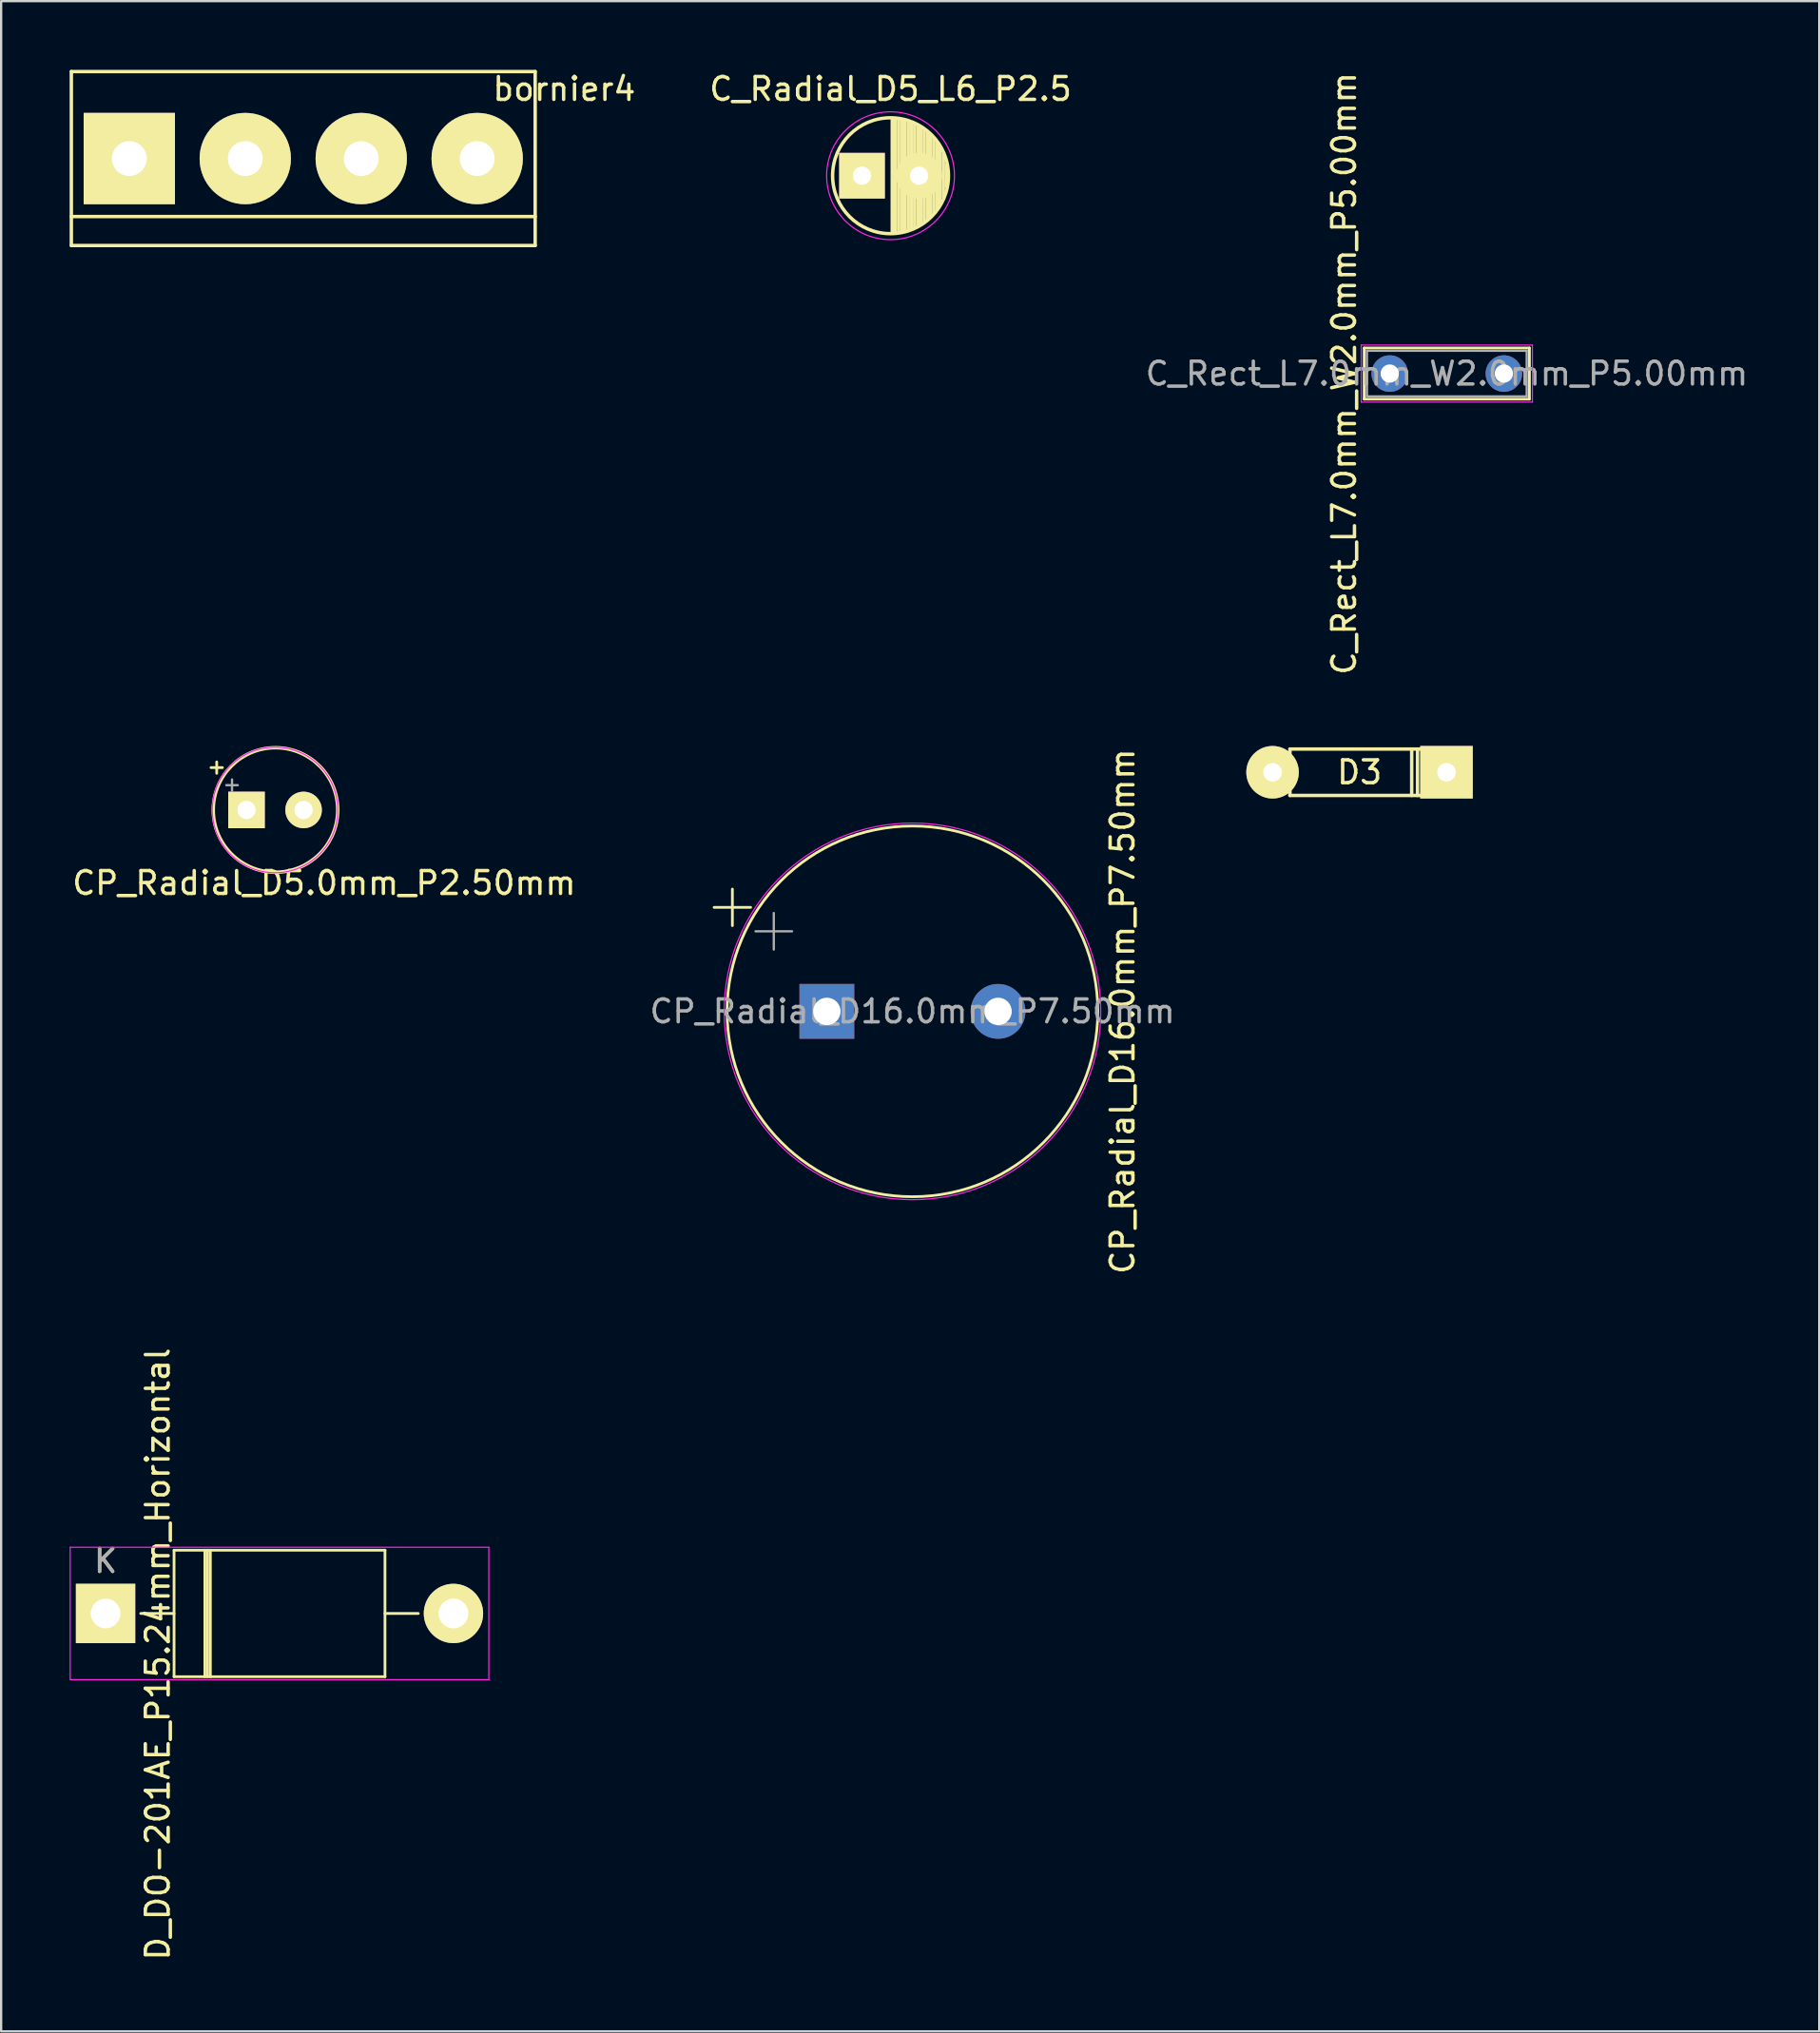
<source format=kicad_pcb>
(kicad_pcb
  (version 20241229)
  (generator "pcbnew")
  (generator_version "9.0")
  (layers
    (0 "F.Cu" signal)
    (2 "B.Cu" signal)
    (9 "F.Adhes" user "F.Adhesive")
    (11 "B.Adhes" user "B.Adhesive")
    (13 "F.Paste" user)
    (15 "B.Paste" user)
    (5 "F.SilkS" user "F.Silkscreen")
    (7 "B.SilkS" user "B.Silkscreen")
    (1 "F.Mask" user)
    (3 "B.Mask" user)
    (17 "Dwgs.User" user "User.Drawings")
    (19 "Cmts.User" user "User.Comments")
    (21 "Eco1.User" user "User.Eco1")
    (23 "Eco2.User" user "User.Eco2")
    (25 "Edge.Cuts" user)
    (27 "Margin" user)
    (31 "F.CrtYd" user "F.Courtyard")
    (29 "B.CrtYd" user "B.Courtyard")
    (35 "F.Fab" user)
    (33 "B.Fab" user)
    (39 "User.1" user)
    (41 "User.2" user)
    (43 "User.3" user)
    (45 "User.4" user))
  (footprint "CP_Radial_D5.0mm_P2.50mm"
    (layer "F.Cu")
    (at 7.749 32.433)
    (property "Reference" "CP_Radial_D5.0mm_P2.50mm" (at 3.4 3.2 0) (layer "F.SilkS") (effects (font (size 1 1) (thickness 0.15))))
    (attr through_hole)
    (fp_line (start -1.555 -1.856) (end -1.055 -1.856) (stroke (width 0.12) (type solid)) (layer "F.SilkS"))
    (fp_line (start -1.305 -2.106) (end -1.305 -1.606) (stroke (width 0.12) (type solid)) (layer "F.SilkS"))
    (fp_circle (center 1.27 0) (end 2.54 -2.413) (stroke (width 0.15) (type solid)) (fill no) (layer "F.SilkS"))
    (fp_circle (center 1.25 0) (end 4 0) (stroke (width 0.05) (type solid)) (fill no) (layer "F.CrtYd"))
    (fp_line (start -0.884 -1.087) (end -0.384 -1.087) (stroke (width 0.1) (type solid)) (layer "F.Fab"))
    (fp_line (start -0.634 -1.337) (end -0.634 -0.838) (stroke (width 0.1) (type solid)) (layer "F.Fab"))
    (pad "1" thru_hole rect (at 0 0) (size 1.6 1.6) (drill 0.8) (layers "*.Cu" "*.Mask" "F.SilkS"))
    (pad "2" thru_hole circle (at 2.5 0) (size 1.6 1.6) (drill 0.8) (layers "*.Cu" "*.Mask" "F.SilkS")))
  (footprint "D3"
    (layer "F.Cu")
    (at 56.508 30.781)
    (property "Reference" "D3" (at 0 0 0) (layer "F.SilkS") (effects (font (size 1 1) (thickness 0.15))))
    (attr through_hole)
    (fp_line (start -3.048 -1.016) (end -3.048 0) (stroke (width 0.15) (type solid)) (layer "F.SilkS"))
    (fp_line (start -3.048 0) (end -3.81 0) (stroke (width 0.15) (type solid)) (layer "F.SilkS"))
    (fp_line (start -3.048 0) (end -3.048 1.016) (stroke (width 0.15) (type solid)) (layer "F.SilkS"))
    (fp_line (start -3.048 1.016) (end 3.048 1.016) (stroke (width 0.15) (type solid)) (layer "F.SilkS"))
    (fp_line (start 2.286 1.016) (end 2.286 -1.016) (stroke (width 0.15) (type solid)) (layer "F.SilkS"))
    (fp_line (start 2.54 -1.016) (end 2.54 1.016) (stroke (width 0.15) (type solid)) (layer "F.SilkS"))
    (fp_line (start 3.048 -1.016) (end -3.048 -1.016) (stroke (width 0.15) (type solid)) (layer "F.SilkS"))
    (fp_line (start 3.048 0) (end 3.048 -1.016) (stroke (width 0.15) (type solid)) (layer "F.SilkS"))
    (fp_line (start 3.048 1.016) (end 3.048 0) (stroke (width 0.15) (type solid)) (layer "F.SilkS"))
    (fp_line (start 3.81 0) (end 3.048 0) (stroke (width 0.15) (type solid)) (layer "F.SilkS"))
    (pad "1" thru_hole rect (at 3.81 0) (size 2.3 2.3) (drill 0.813) (layers "*.Cu" "*.Mask" "F.SilkS"))
    (pad "2" thru_hole circle (at -3.81 0) (size 2.3 2.3) (drill 0.813) (layers "*.Cu" "*.Mask" "F.SilkS")))
  (footprint "CP_Radial_D16.0mm_P7.50mm"
    (layer "F.Cu")
    (at 33.173 41.256)
    (property "Reference" "CP_Radial_D16.0mm_P7.50mm" (at 12.954 0 90) (layer "F.SilkS") (effects (font (size 1 1) (thickness 0.15))))
    (attr through_hole)
    (fp_line (start -4.939 -4.555) (end -3.339 -4.555) (stroke (width 0.12) (type solid)) (layer "F.SilkS"))
    (fp_line (start -4.139 -5.355) (end -4.139 -3.755) (stroke (width 0.12) (type solid)) (layer "F.SilkS"))
    (fp_circle (center 3.75 0) (end 11.87 0) (stroke (width 0.12) (type solid)) (fill no) (layer "F.SilkS"))
    (fp_circle (center 3.75 0) (end 12 0) (stroke (width 0.05) (type solid)) (fill no) (layer "F.CrtYd"))
    (fp_line (start -3.125 -3.507) (end -1.525 -3.507) (stroke (width 0.1) (type solid)) (layer "F.Fab"))
    (fp_line (start -2.325 -4.308) (end -2.325 -2.708) (stroke (width 0.1) (type solid)) (layer "F.Fab"))
    (fp_text user "${REFERENCE}" (at 3.75 0 0) (layer "F.Fab") (effects (font (size 1 1) (thickness 0.15))))
    (pad "1" thru_hole rect (at 0 0) (size 2.4 2.4) (drill 1.2) (layers "*.Cu" "*.Mask"))
    (pad "2" thru_hole circle (at 7.5 0) (size 2.4 2.4) (drill 1.2) (layers "*.Cu" "*.Mask")))
  (footprint "D_DO-201AE_P15.24mm_Horizontal"
    (layer "F.Cu")
    (at 1.575 67.633)
    (property "Reference" "D_DO-201AE_P15.24mm_Horizontal" (at 2.286 1.778 90) (layer "F.SilkS") (effects (font (size 1 1) (thickness 0.15))))
    (attr through_hole)
    (fp_line (start 1.54 0) (end 3 0) (stroke (width 0.12) (type solid)) (layer "F.SilkS"))
    (fp_line (start 3 -2.77) (end 3 2.77) (stroke (width 0.12) (type solid)) (layer "F.SilkS"))
    (fp_line (start 3 2.77) (end 12.24 2.77) (stroke (width 0.12) (type solid)) (layer "F.SilkS"))
    (fp_line (start 4.35 -2.77) (end 4.35 2.77) (stroke (width 0.12) (type solid)) (layer "F.SilkS"))
    (fp_line (start 4.47 -2.77) (end 4.47 2.77) (stroke (width 0.12) (type solid)) (layer "F.SilkS"))
    (fp_line (start 4.59 -2.77) (end 4.59 2.77) (stroke (width 0.12) (type solid)) (layer "F.SilkS"))
    (fp_line (start 12.24 -2.77) (end 3 -2.77) (stroke (width 0.12) (type solid)) (layer "F.SilkS"))
    (fp_line (start 12.24 2.77) (end 12.24 -2.77) (stroke (width 0.12) (type solid)) (layer "F.SilkS"))
    (fp_line (start 13.7 0) (end 12.24 0) (stroke (width 0.12) (type solid)) (layer "F.SilkS"))
    (fp_line (start -1.55 -2.9) (end -1.55 2.9) (stroke (width 0.05) (type solid)) (layer "F.CrtYd"))
    (fp_line (start -1.55 2.9) (end 16.79 2.9) (stroke (width 0.05) (type solid)) (layer "F.CrtYd"))
    (fp_line (start 16.79 -2.9) (end -1.55 -2.9) (stroke (width 0.05) (type solid)) (layer "F.CrtYd"))
    (fp_line (start 16.79 2.9) (end 16.79 -2.9) (stroke (width 0.05) (type solid)) (layer "F.CrtYd"))
    (fp_text user "K" (at 0 -2.3 0) (layer "F.SilkS") (effects (font (size 1 1) (thickness 0.15))))
    (fp_text user "K" (at 0 -2.3 0) (layer "F.Fab") (effects (font (size 1 1) (thickness 0.15))))
    (pad "1" thru_hole rect (at 0 0) (size 2.6 2.6) (drill 1.3) (layers "*.Cu" "*.Mask" "F.SilkS"))
    (pad "2" thru_hole oval (at 15.24 0) (size 2.6 2.6) (drill 1.3) (layers "*.Cu" "*.Mask" "F.SilkS")))
  (footprint "C_Radial_D5_L6_P2.5"
    (placed yes)
    (layer "F.Cu")
    (at 34.713 4.648)
    (property "Reference" "C_Radial_D5_L6_P2.5" (at 1.25 -3.8 0) (layer "F.SilkS") (effects (font (size 1 1) (thickness 0.15))))
    (attr through_hole)
    (fp_line (start 1.325 -2.499) (end 1.325 2.499) (stroke (width 0.15) (type solid)) (layer "F.SilkS"))
    (fp_line (start 1.465 -2.491) (end 1.465 2.491) (stroke (width 0.15) (type solid)) (layer "F.SilkS"))
    (fp_line (start 1.605 -2.475) (end 1.605 -0.095) (stroke (width 0.15) (type solid)) (layer "F.SilkS"))
    (fp_line (start 1.605 0.095) (end 1.605 2.475) (stroke (width 0.15) (type solid)) (layer "F.SilkS"))
    (fp_line (start 1.745 -2.451) (end 1.745 -0.49) (stroke (width 0.15) (type solid)) (layer "F.SilkS"))
    (fp_line (start 1.745 0.49) (end 1.745 2.451) (stroke (width 0.15) (type solid)) (layer "F.SilkS"))
    (fp_line (start 1.885 -2.418) (end 1.885 -0.657) (stroke (width 0.15) (type solid)) (layer "F.SilkS"))
    (fp_line (start 1.885 0.657) (end 1.885 2.418) (stroke (width 0.15) (type solid)) (layer "F.SilkS"))
    (fp_line (start 2.025 -2.377) (end 2.025 -0.764) (stroke (width 0.15) (type solid)) (layer "F.SilkS"))
    (fp_line (start 2.025 0.764) (end 2.025 2.377) (stroke (width 0.15) (type solid)) (layer "F.SilkS"))
    (fp_line (start 2.165 -2.327) (end 2.165 -0.835) (stroke (width 0.15) (type solid)) (layer "F.SilkS"))
    (fp_line (start 2.165 0.835) (end 2.165 2.327) (stroke (width 0.15) (type solid)) (layer "F.SilkS"))
    (fp_line (start 2.305 -2.266) (end 2.305 -0.879) (stroke (width 0.15) (type solid)) (layer "F.SilkS"))
    (fp_line (start 2.305 0.879) (end 2.305 2.266) (stroke (width 0.15) (type solid)) (layer "F.SilkS"))
    (fp_line (start 2.445 -2.196) (end 2.445 -0.898) (stroke (width 0.15) (type solid)) (layer "F.SilkS"))
    (fp_line (start 2.445 0.898) (end 2.445 2.196) (stroke (width 0.15) (type solid)) (layer "F.SilkS"))
    (fp_line (start 2.585 -2.114) (end 2.585 -0.896) (stroke (width 0.15) (type solid)) (layer "F.SilkS"))
    (fp_line (start 2.585 0.896) (end 2.585 2.114) (stroke (width 0.15) (type solid)) (layer "F.SilkS"))
    (fp_line (start 2.725 -2.019) (end 2.725 -0.871) (stroke (width 0.15) (type solid)) (layer "F.SilkS"))
    (fp_line (start 2.725 0.871) (end 2.725 2.019) (stroke (width 0.15) (type solid)) (layer "F.SilkS"))
    (fp_line (start 2.865 -1.908) (end 2.865 -0.823) (stroke (width 0.15) (type solid)) (layer "F.SilkS"))
    (fp_line (start 2.865 0.823) (end 2.865 1.908) (stroke (width 0.15) (type solid)) (layer "F.SilkS"))
    (fp_line (start 3.005 -1.78) (end 3.005 -0.745) (stroke (width 0.15) (type solid)) (layer "F.SilkS"))
    (fp_line (start 3.005 0.745) (end 3.005 1.78) (stroke (width 0.15) (type solid)) (layer "F.SilkS"))
    (fp_line (start 3.145 -1.631) (end 3.145 -0.628) (stroke (width 0.15) (type solid)) (layer "F.SilkS"))
    (fp_line (start 3.145 0.628) (end 3.145 1.631) (stroke (width 0.15) (type solid)) (layer "F.SilkS"))
    (fp_line (start 3.285 -1.452) (end 3.285 -0.44) (stroke (width 0.15) (type solid)) (layer "F.SilkS"))
    (fp_line (start 3.285 0.44) (end 3.285 1.452) (stroke (width 0.15) (type solid)) (layer "F.SilkS"))
    (fp_line (start 3.425 -1.233) (end 3.425 1.233) (stroke (width 0.15) (type solid)) (layer "F.SilkS"))
    (fp_line (start 3.565 -0.944) (end 3.565 0.944) (stroke (width 0.15) (type solid)) (layer "F.SilkS"))
    (fp_line (start 3.705 -0.472) (end 3.705 0.472) (stroke (width 0.15) (type solid)) (layer "F.SilkS"))
    (fp_circle (center 1.25 0) (end 1.25 -2.538) (stroke (width 0.15) (type solid)) (fill no) (layer "F.SilkS"))
    (fp_circle (center 2.5 0) (end 2.5 -0.9) (stroke (width 0.15) (type solid)) (fill no) (layer "F.SilkS"))
    (fp_circle (center 1.25 0) (end 1.25 -2.8) (stroke (width 0.05) (type solid)) (fill no) (layer "F.CrtYd"))
    (pad "1" thru_hole rect (at 0 0) (size 2 2) (drill 0.8) (layers "*.Cu" "*.Mask" "F.SilkS"))
    (pad "2" thru_hole circle (at 2.5 0) (size 2 2) (drill 0.8) (layers "*.Cu" "*.Mask" "F.SilkS")))
  (footprint "bornier4"
    (layer "F.Cu")
    (at 10.235 3.896)
    (property "Reference" "bornier4" (at 11.43 -3.048 0) (layer "F.SilkS") (effects (font (size 1 1) (thickness 0.15))))
    (attr through_hole)
    (fp_line (start -10.16 -3.81) (end -10.16 3.81) (stroke (width 0.15) (type solid)) (layer "F.SilkS"))
    (fp_line (start -10.16 -3.81) (end 10.16 -3.81) (stroke (width 0.15) (type solid)) (layer "F.SilkS"))
    (fp_line (start -10.16 3.81) (end 10.16 3.81) (stroke (width 0.15) (type solid)) (layer "F.SilkS"))
    (fp_line (start 10.16 2.54) (end -10.16 2.54) (stroke (width 0.15) (type solid)) (layer "F.SilkS"))
    (fp_line (start 10.16 3.81) (end 10.16 -3.81) (stroke (width 0.15) (type solid)) (layer "F.SilkS"))
    (pad "1" thru_hole rect (at -7.62 0) (size 4 4) (drill 1.524) (layers "*.Cu" "*.Mask" "F.SilkS"))
    (pad "2" thru_hole circle (at -2.54 0) (size 4 4) (drill 1.524) (layers "*.Cu" "*.Mask" "F.SilkS"))
    (pad "3" thru_hole circle (at 2.54 0) (size 4 4) (drill 1.524) (layers "*.Cu" "*.Mask" "F.SilkS"))
    (pad "4" thru_hole circle (at 7.62 0) (size 4 4) (drill 1.524) (layers "*.Cu" "*.Mask" "F.SilkS")))
  (footprint "C_Rect_L7.0mm_W2.0mm_P5.00mm"
    (layer "F.Cu")
    (at 57.832 13.315)
    (property "Reference" "C_Rect_L7.0mm_W2.0mm_P5.00mm" (at -2 0 90) (layer "F.SilkS") (effects (font (size 1 1) (thickness 0.15))))
    (attr through_hole)
    (fp_line (start -1.12 -1.12) (end -1.12 1.12) (stroke (width 0.12) (type solid)) (layer "F.SilkS"))
    (fp_line (start -1.12 -1.12) (end 6.12 -1.12) (stroke (width 0.12) (type solid)) (layer "F.SilkS"))
    (fp_line (start -1.12 1.12) (end 6.12 1.12) (stroke (width 0.12) (type solid)) (layer "F.SilkS"))
    (fp_line (start 6.12 -1.12) (end 6.12 1.12) (stroke (width 0.12) (type solid)) (layer "F.SilkS"))
    (fp_line (start -1.25 -1.25) (end -1.25 1.25) (stroke (width 0.05) (type solid)) (layer "F.CrtYd"))
    (fp_line (start -1.25 1.25) (end 6.25 1.25) (stroke (width 0.05) (type solid)) (layer "F.CrtYd"))
    (fp_line (start 6.25 -1.25) (end -1.25 -1.25) (stroke (width 0.05) (type solid)) (layer "F.CrtYd"))
    (fp_line (start 6.25 1.25) (end 6.25 -1.25) (stroke (width 0.05) (type solid)) (layer "F.CrtYd"))
    (fp_line (start -1 -1) (end -1 1) (stroke (width 0.1) (type solid)) (layer "F.Fab"))
    (fp_line (start -1 1) (end 6 1) (stroke (width 0.1) (type solid)) (layer "F.Fab"))
    (fp_line (start 6 -1) (end -1 -1) (stroke (width 0.1) (type solid)) (layer "F.Fab"))
    (fp_line (start 6 1) (end 6 -1) (stroke (width 0.1) (type solid)) (layer "F.Fab"))
    (fp_text user "${REFERENCE}" (at 2.5 0 0) (layer "F.Fab") (effects (font (size 1 1) (thickness 0.15))))
    (pad "1" thru_hole circle (at 0 0) (size 1.6 1.6) (drill 0.8) (layers "*.Cu" "*.Mask"))
    (pad "2" thru_hole circle (at 5 0) (size 1.6 1.6) (drill 0.8) (layers "*.Cu" "*.Mask")))
  (gr_rect
    (start -3 -3)
    (end 76.647 85.94)
    (stroke (width 0.1) (type default))
    (fill no)
    (layer "Edge.Cuts")))
</source>
